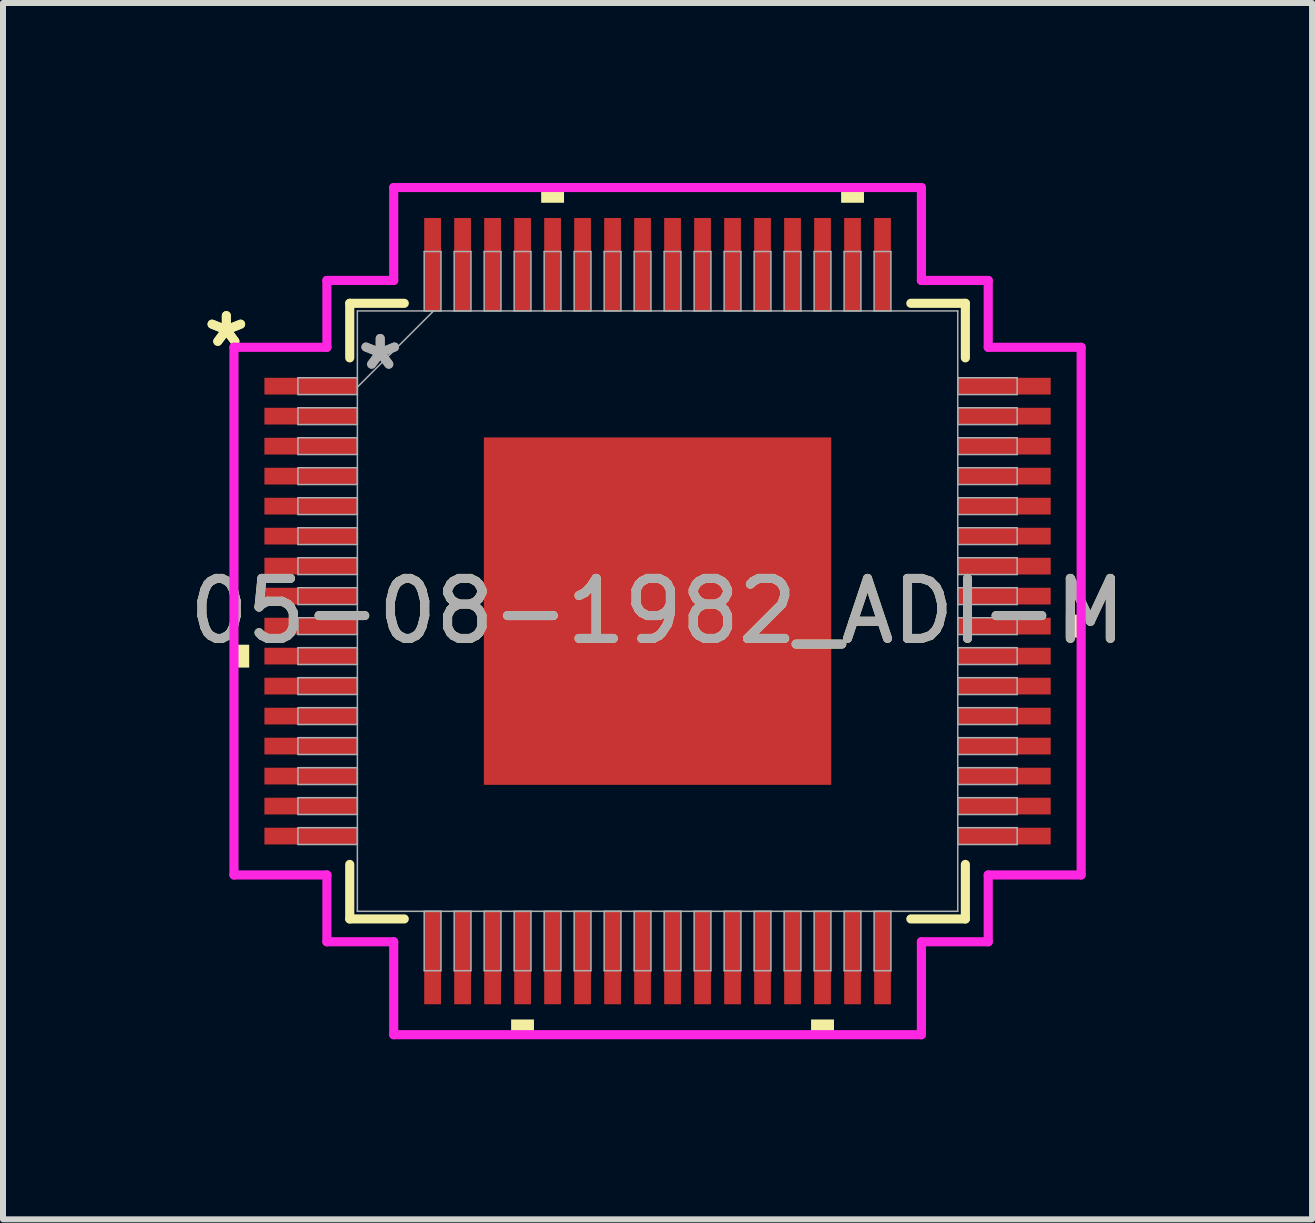
<source format=kicad_pcb>
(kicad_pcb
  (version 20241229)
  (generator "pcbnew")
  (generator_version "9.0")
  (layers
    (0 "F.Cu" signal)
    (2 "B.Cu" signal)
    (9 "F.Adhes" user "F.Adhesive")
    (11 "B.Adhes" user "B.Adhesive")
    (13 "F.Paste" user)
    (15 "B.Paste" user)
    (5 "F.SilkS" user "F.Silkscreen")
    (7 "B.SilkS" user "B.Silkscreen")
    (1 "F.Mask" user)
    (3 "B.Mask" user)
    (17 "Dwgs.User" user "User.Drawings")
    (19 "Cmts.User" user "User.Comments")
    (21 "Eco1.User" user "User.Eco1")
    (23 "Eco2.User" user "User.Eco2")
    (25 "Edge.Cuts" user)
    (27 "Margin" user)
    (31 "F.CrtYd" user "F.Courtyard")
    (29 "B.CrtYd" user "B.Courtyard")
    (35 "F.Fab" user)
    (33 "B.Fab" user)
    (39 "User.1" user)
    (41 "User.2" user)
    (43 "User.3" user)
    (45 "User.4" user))
  (footprint "05-08-1982_ADI-M"
    (layer "F.Cu")
    (at 7.911 7.137)
    (property "Reference" "05-08-1982_ADI-M" (at 0 0 0) (unlocked yes) (layer "F.SilkS") (effects (font (size 1 1) (thickness 0.15))))
    (attr smd)
    (fp_line (start -5.131 -5.131) (end -5.131 -4.222) (stroke (width 0.152) (type solid)) (layer "F.SilkS"))
    (fp_line (start -5.131 4.222) (end -5.131 5.131) (stroke (width 0.152) (type solid)) (layer "F.SilkS"))
    (fp_line (start -5.131 5.131) (end -4.222 5.131) (stroke (width 0.152) (type solid)) (layer "F.SilkS"))
    (fp_line (start -4.222 -5.131) (end -5.131 -5.131) (stroke (width 0.152) (type solid)) (layer "F.SilkS"))
    (fp_line (start 4.222 5.131) (end 5.131 5.131) (stroke (width 0.152) (type solid)) (layer "F.SilkS"))
    (fp_line (start 5.131 -5.131) (end 4.222 -5.131) (stroke (width 0.152) (type solid)) (layer "F.SilkS"))
    (fp_line (start 5.131 -4.222) (end 5.131 -5.131) (stroke (width 0.152) (type solid)) (layer "F.SilkS"))
    (fp_line (start 5.131 5.131) (end 5.131 4.222) (stroke (width 0.152) (type solid)) (layer "F.SilkS"))
    (fp_poly (pts (xy -7.061 0.56) (xy -7.061 0.941) (xy -6.807 0.941) (xy -6.807 0.56)) (stroke (width 0) (type solid)) (fill yes) (layer "F.SilkS"))
    (fp_poly (pts (xy -2.441 6.807) (xy -2.441 7.061) (xy -2.06 7.061) (xy -2.06 6.807)) (stroke (width 0) (type solid)) (fill yes) (layer "F.SilkS"))
    (fp_poly (pts (xy -1.94 -6.807) (xy -1.94 -7.061) (xy -1.559 -7.061) (xy -1.559 -6.807)) (stroke (width 0) (type solid)) (fill yes) (layer "F.SilkS"))
    (fp_poly (pts (xy 2.559 6.807) (xy 2.559 7.061) (xy 2.941 7.061) (xy 2.941 6.807)) (stroke (width 0) (type solid)) (fill yes) (layer "F.SilkS"))
    (fp_poly (pts (xy 3.06 -6.807) (xy 3.06 -7.061) (xy 3.441 -7.061) (xy 3.441 -6.807)) (stroke (width 0) (type solid)) (fill yes) (layer "F.SilkS"))
    (fp_poly (pts (xy 7.061 0.059) (xy 7.061 0.441) (xy 6.807 0.441) (xy 6.807 0.059)) (stroke (width 0) (type solid)) (fill yes) (layer "F.SilkS"))
    (fp_poly (pts (xy -2.796 -2.796) (xy -2.796 -1.548) (xy -1.548 -1.548) (xy -1.548 -2.796)) (stroke (width 0) (type solid)) (fill yes) (layer "F.Paste"))
    (fp_poly (pts (xy -2.796 -1.348) (xy -2.796 -0.1) (xy -1.548 -0.1) (xy -1.548 -1.348)) (stroke (width 0) (type solid)) (fill yes) (layer "F.Paste"))
    (fp_poly (pts (xy -2.796 0.1) (xy -2.796 1.348) (xy -1.548 1.348) (xy -1.548 0.1)) (stroke (width 0) (type solid)) (fill yes) (layer "F.Paste"))
    (fp_poly (pts (xy -2.796 1.548) (xy -2.796 2.796) (xy -1.548 2.796) (xy -1.548 1.548)) (stroke (width 0) (type solid)) (fill yes) (layer "F.Paste"))
    (fp_poly (pts (xy -1.348 -2.796) (xy -1.348 -1.548) (xy -0.1 -1.548) (xy -0.1 -2.796)) (stroke (width 0) (type solid)) (fill yes) (layer "F.Paste"))
    (fp_poly (pts (xy -1.348 -1.348) (xy -1.348 -0.1) (xy -0.1 -0.1) (xy -0.1 -1.348)) (stroke (width 0) (type solid)) (fill yes) (layer "F.Paste"))
    (fp_poly (pts (xy -1.348 0.1) (xy -1.348 1.348) (xy -0.1 1.348) (xy -0.1 0.1)) (stroke (width 0) (type solid)) (fill yes) (layer "F.Paste"))
    (fp_poly (pts (xy -1.348 1.548) (xy -1.348 2.796) (xy -0.1 2.796) (xy -0.1 1.548)) (stroke (width 0) (type solid)) (fill yes) (layer "F.Paste"))
    (fp_poly (pts (xy 0.1 -2.796) (xy 0.1 -1.548) (xy 1.348 -1.548) (xy 1.348 -2.796)) (stroke (width 0) (type solid)) (fill yes) (layer "F.Paste"))
    (fp_poly (pts (xy 0.1 -1.348) (xy 0.1 -0.1) (xy 1.348 -0.1) (xy 1.348 -1.348)) (stroke (width 0) (type solid)) (fill yes) (layer "F.Paste"))
    (fp_poly (pts (xy 0.1 0.1) (xy 0.1 1.348) (xy 1.348 1.348) (xy 1.348 0.1)) (stroke (width 0) (type solid)) (fill yes) (layer "F.Paste"))
    (fp_poly (pts (xy 0.1 1.548) (xy 0.1 2.796) (xy 1.348 2.796) (xy 1.348 1.548)) (stroke (width 0) (type solid)) (fill yes) (layer "F.Paste"))
    (fp_poly (pts (xy 1.548 -2.796) (xy 1.548 -1.548) (xy 2.796 -1.548) (xy 2.796 -2.796)) (stroke (width 0) (type solid)) (fill yes) (layer "F.Paste"))
    (fp_poly (pts (xy 1.548 -1.348) (xy 1.548 -0.1) (xy 2.796 -0.1) (xy 2.796 -1.348)) (stroke (width 0) (type solid)) (fill yes) (layer "F.Paste"))
    (fp_poly (pts (xy 1.548 0.1) (xy 1.548 1.348) (xy 2.796 1.348) (xy 2.796 0.1)) (stroke (width 0) (type solid)) (fill yes) (layer "F.Paste"))
    (fp_poly (pts (xy 1.548 1.548) (xy 1.548 2.796) (xy 2.796 2.796) (xy 2.796 1.548)) (stroke (width 0) (type solid)) (fill yes) (layer "F.Paste"))
    (fp_line (start -7.061 -4.398) (end -5.512 -4.398) (stroke (width 0.152) (type solid)) (layer "F.CrtYd"))
    (fp_line (start -7.061 4.398) (end -7.061 -4.398) (stroke (width 0.152) (type solid)) (layer "F.CrtYd"))
    (fp_line (start -5.512 -5.512) (end -4.398 -5.512) (stroke (width 0.152) (type solid)) (layer "F.CrtYd"))
    (fp_line (start -5.512 -4.398) (end -5.512 -5.512) (stroke (width 0.152) (type solid)) (layer "F.CrtYd"))
    (fp_line (start -5.512 4.398) (end -7.061 4.398) (stroke (width 0.152) (type solid)) (layer "F.CrtYd"))
    (fp_line (start -5.512 5.512) (end -5.512 4.398) (stroke (width 0.152) (type solid)) (layer "F.CrtYd"))
    (fp_line (start -5.512 5.512) (end -4.398 5.512) (stroke (width 0.152) (type solid)) (layer "F.CrtYd"))
    (fp_line (start -4.398 -7.061) (end 4.398 -7.061) (stroke (width 0.152) (type solid)) (layer "F.CrtYd"))
    (fp_line (start -4.398 -5.512) (end -4.398 -7.061) (stroke (width 0.152) (type solid)) (layer "F.CrtYd"))
    (fp_line (start -4.398 5.512) (end -4.398 7.061) (stroke (width 0.152) (type solid)) (layer "F.CrtYd"))
    (fp_line (start -4.398 7.061) (end 4.398 7.061) (stroke (width 0.152) (type solid)) (layer "F.CrtYd"))
    (fp_line (start 4.398 -7.061) (end 4.398 -5.512) (stroke (width 0.152) (type solid)) (layer "F.CrtYd"))
    (fp_line (start 4.398 -5.512) (end 5.512 -5.512) (stroke (width 0.152) (type solid)) (layer "F.CrtYd"))
    (fp_line (start 4.398 5.512) (end 5.512 5.512) (stroke (width 0.152) (type solid)) (layer "F.CrtYd"))
    (fp_line (start 4.398 7.061) (end 4.398 5.512) (stroke (width 0.152) (type solid)) (layer "F.CrtYd"))
    (fp_line (start 5.512 -4.398) (end 5.512 -5.512) (stroke (width 0.152) (type solid)) (layer "F.CrtYd"))
    (fp_line (start 5.512 4.398) (end 7.061 4.398) (stroke (width 0.152) (type solid)) (layer "F.CrtYd"))
    (fp_line (start 5.512 5.512) (end 5.512 4.398) (stroke (width 0.152) (type solid)) (layer "F.CrtYd"))
    (fp_line (start 7.061 -4.398) (end 5.512 -4.398) (stroke (width 0.152) (type solid)) (layer "F.CrtYd"))
    (fp_line (start 7.061 4.398) (end 7.061 -4.398) (stroke (width 0.152) (type solid)) (layer "F.CrtYd"))
    (fp_line (start -5.994 -3.89) (end -5.994 -3.61) (stroke (width 0.025) (type solid)) (layer "F.Fab"))
    (fp_line (start -5.994 -3.61) (end -5.004 -3.61) (stroke (width 0.025) (type solid)) (layer "F.Fab"))
    (fp_line (start -5.994 -3.39) (end -5.994 -3.11) (stroke (width 0.025) (type solid)) (layer "F.Fab"))
    (fp_line (start -5.994 -3.11) (end -5.004 -3.11) (stroke (width 0.025) (type solid)) (layer "F.Fab"))
    (fp_line (start -5.994 -2.89) (end -5.994 -2.61) (stroke (width 0.025) (type solid)) (layer "F.Fab"))
    (fp_line (start -5.994 -2.61) (end -5.004 -2.61) (stroke (width 0.025) (type solid)) (layer "F.Fab"))
    (fp_line (start -5.994 -2.39) (end -5.994 -2.11) (stroke (width 0.025) (type solid)) (layer "F.Fab"))
    (fp_line (start -5.994 -2.11) (end -5.004 -2.11) (stroke (width 0.025) (type solid)) (layer "F.Fab"))
    (fp_line (start -5.994 -1.89) (end -5.994 -1.61) (stroke (width 0.025) (type solid)) (layer "F.Fab"))
    (fp_line (start -5.994 -1.61) (end -5.004 -1.61) (stroke (width 0.025) (type solid)) (layer "F.Fab"))
    (fp_line (start -5.994 -1.39) (end -5.994 -1.11) (stroke (width 0.025) (type solid)) (layer "F.Fab"))
    (fp_line (start -5.994 -1.11) (end -5.004 -1.11) (stroke (width 0.025) (type solid)) (layer "F.Fab"))
    (fp_line (start -5.994 -0.89) (end -5.994 -0.61) (stroke (width 0.025) (type solid)) (layer "F.Fab"))
    (fp_line (start -5.994 -0.61) (end -5.004 -0.61) (stroke (width 0.025) (type solid)) (layer "F.Fab"))
    (fp_line (start -5.994 -0.39) (end -5.994 -0.11) (stroke (width 0.025) (type solid)) (layer "F.Fab"))
    (fp_line (start -5.994 -0.11) (end -5.004 -0.11) (stroke (width 0.025) (type solid)) (layer "F.Fab"))
    (fp_line (start -5.994 0.11) (end -5.994 0.39) (stroke (width 0.025) (type solid)) (layer "F.Fab"))
    (fp_line (start -5.994 0.39) (end -5.004 0.39) (stroke (width 0.025) (type solid)) (layer "F.Fab"))
    (fp_line (start -5.994 0.61) (end -5.994 0.89) (stroke (width 0.025) (type solid)) (layer "F.Fab"))
    (fp_line (start -5.994 0.89) (end -5.004 0.89) (stroke (width 0.025) (type solid)) (layer "F.Fab"))
    (fp_line (start -5.994 1.11) (end -5.994 1.39) (stroke (width 0.025) (type solid)) (layer "F.Fab"))
    (fp_line (start -5.994 1.39) (end -5.004 1.39) (stroke (width 0.025) (type solid)) (layer "F.Fab"))
    (fp_line (start -5.994 1.61) (end -5.994 1.89) (stroke (width 0.025) (type solid)) (layer "F.Fab"))
    (fp_line (start -5.994 1.89) (end -5.004 1.89) (stroke (width 0.025) (type solid)) (layer "F.Fab"))
    (fp_line (start -5.994 2.11) (end -5.994 2.39) (stroke (width 0.025) (type solid)) (layer "F.Fab"))
    (fp_line (start -5.994 2.39) (end -5.004 2.39) (stroke (width 0.025) (type solid)) (layer "F.Fab"))
    (fp_line (start -5.994 2.61) (end -5.994 2.89) (stroke (width 0.025) (type solid)) (layer "F.Fab"))
    (fp_line (start -5.994 2.89) (end -5.004 2.89) (stroke (width 0.025) (type solid)) (layer "F.Fab"))
    (fp_line (start -5.994 3.11) (end -5.994 3.39) (stroke (width 0.025) (type solid)) (layer "F.Fab"))
    (fp_line (start -5.994 3.39) (end -5.004 3.39) (stroke (width 0.025) (type solid)) (layer "F.Fab"))
    (fp_line (start -5.994 3.61) (end -5.994 3.89) (stroke (width 0.025) (type solid)) (layer "F.Fab"))
    (fp_line (start -5.994 3.89) (end -5.004 3.89) (stroke (width 0.025) (type solid)) (layer "F.Fab"))
    (fp_line (start -5.004 -5.004) (end -5.004 5.004) (stroke (width 0.025) (type solid)) (layer "F.Fab"))
    (fp_line (start -5.004 -3.89) (end -5.994 -3.89) (stroke (width 0.025) (type solid)) (layer "F.Fab"))
    (fp_line (start -5.004 -3.734) (end -3.734 -5.004) (stroke (width 0.025) (type solid)) (layer "F.Fab"))
    (fp_line (start -5.004 -3.61) (end -5.004 -3.89) (stroke (width 0.025) (type solid)) (layer "F.Fab"))
    (fp_line (start -5.004 -3.39) (end -5.994 -3.39) (stroke (width 0.025) (type solid)) (layer "F.Fab"))
    (fp_line (start -5.004 -3.11) (end -5.004 -3.39) (stroke (width 0.025) (type solid)) (layer "F.Fab"))
    (fp_line (start -5.004 -2.89) (end -5.994 -2.89) (stroke (width 0.025) (type solid)) (layer "F.Fab"))
    (fp_line (start -5.004 -2.61) (end -5.004 -2.89) (stroke (width 0.025) (type solid)) (layer "F.Fab"))
    (fp_line (start -5.004 -2.39) (end -5.994 -2.39) (stroke (width 0.025) (type solid)) (layer "F.Fab"))
    (fp_line (start -5.004 -2.11) (end -5.004 -2.39) (stroke (width 0.025) (type solid)) (layer "F.Fab"))
    (fp_line (start -5.004 -1.89) (end -5.994 -1.89) (stroke (width 0.025) (type solid)) (layer "F.Fab"))
    (fp_line (start -5.004 -1.61) (end -5.004 -1.89) (stroke (width 0.025) (type solid)) (layer "F.Fab"))
    (fp_line (start -5.004 -1.39) (end -5.994 -1.39) (stroke (width 0.025) (type solid)) (layer "F.Fab"))
    (fp_line (start -5.004 -1.11) (end -5.004 -1.39) (stroke (width 0.025) (type solid)) (layer "F.Fab"))
    (fp_line (start -5.004 -0.89) (end -5.994 -0.89) (stroke (width 0.025) (type solid)) (layer "F.Fab"))
    (fp_line (start -5.004 -0.61) (end -5.004 -0.89) (stroke (width 0.025) (type solid)) (layer "F.Fab"))
    (fp_line (start -5.004 -0.39) (end -5.994 -0.39) (stroke (width 0.025) (type solid)) (layer "F.Fab"))
    (fp_line (start -5.004 -0.11) (end -5.004 -0.39) (stroke (width 0.025) (type solid)) (layer "F.Fab"))
    (fp_line (start -5.004 0.11) (end -5.994 0.11) (stroke (width 0.025) (type solid)) (layer "F.Fab"))
    (fp_line (start -5.004 0.39) (end -5.004 0.11) (stroke (width 0.025) (type solid)) (layer "F.Fab"))
    (fp_line (start -5.004 0.61) (end -5.994 0.61) (stroke (width 0.025) (type solid)) (layer "F.Fab"))
    (fp_line (start -5.004 0.89) (end -5.004 0.61) (stroke (width 0.025) (type solid)) (layer "F.Fab"))
    (fp_line (start -5.004 1.11) (end -5.994 1.11) (stroke (width 0.025) (type solid)) (layer "F.Fab"))
    (fp_line (start -5.004 1.39) (end -5.004 1.11) (stroke (width 0.025) (type solid)) (layer "F.Fab"))
    (fp_line (start -5.004 1.61) (end -5.994 1.61) (stroke (width 0.025) (type solid)) (layer "F.Fab"))
    (fp_line (start -5.004 1.89) (end -5.004 1.61) (stroke (width 0.025) (type solid)) (layer "F.Fab"))
    (fp_line (start -5.004 2.11) (end -5.994 2.11) (stroke (width 0.025) (type solid)) (layer "F.Fab"))
    (fp_line (start -5.004 2.39) (end -5.004 2.11) (stroke (width 0.025) (type solid)) (layer "F.Fab"))
    (fp_line (start -5.004 2.61) (end -5.994 2.61) (stroke (width 0.025) (type solid)) (layer "F.Fab"))
    (fp_line (start -5.004 2.89) (end -5.004 2.61) (stroke (width 0.025) (type solid)) (layer "F.Fab"))
    (fp_line (start -5.004 3.11) (end -5.994 3.11) (stroke (width 0.025) (type solid)) (layer "F.Fab"))
    (fp_line (start -5.004 3.39) (end -5.004 3.11) (stroke (width 0.025) (type solid)) (layer "F.Fab"))
    (fp_line (start -5.004 3.61) (end -5.994 3.61) (stroke (width 0.025) (type solid)) (layer "F.Fab"))
    (fp_line (start -5.004 3.89) (end -5.004 3.61) (stroke (width 0.025) (type solid)) (layer "F.Fab"))
    (fp_line (start -5.004 5.004) (end 5.004 5.004) (stroke (width 0.025) (type solid)) (layer "F.Fab"))
    (fp_line (start -3.89 -5.994) (end -3.89 -5.004) (stroke (width 0.025) (type solid)) (layer "F.Fab"))
    (fp_line (start -3.89 -5.004) (end -3.61 -5.004) (stroke (width 0.025) (type solid)) (layer "F.Fab"))
    (fp_line (start -3.89 5.004) (end -3.89 5.994) (stroke (width 0.025) (type solid)) (layer "F.Fab"))
    (fp_line (start -3.89 5.994) (end -3.61 5.994) (stroke (width 0.025) (type solid)) (layer "F.Fab"))
    (fp_line (start -3.61 -5.994) (end -3.89 -5.994) (stroke (width 0.025) (type solid)) (layer "F.Fab"))
    (fp_line (start -3.61 -5.004) (end -3.61 -5.994) (stroke (width 0.025) (type solid)) (layer "F.Fab"))
    (fp_line (start -3.61 5.004) (end -3.89 5.004) (stroke (width 0.025) (type solid)) (layer "F.Fab"))
    (fp_line (start -3.61 5.994) (end -3.61 5.004) (stroke (width 0.025) (type solid)) (layer "F.Fab"))
    (fp_line (start -3.39 -5.994) (end -3.39 -5.004) (stroke (width 0.025) (type solid)) (layer "F.Fab"))
    (fp_line (start -3.39 -5.004) (end -3.11 -5.004) (stroke (width 0.025) (type solid)) (layer "F.Fab"))
    (fp_line (start -3.39 5.004) (end -3.39 5.994) (stroke (width 0.025) (type solid)) (layer "F.Fab"))
    (fp_line (start -3.39 5.994) (end -3.11 5.994) (stroke (width 0.025) (type solid)) (layer "F.Fab"))
    (fp_line (start -3.11 -5.994) (end -3.39 -5.994) (stroke (width 0.025) (type solid)) (layer "F.Fab"))
    (fp_line (start -3.11 -5.004) (end -3.11 -5.994) (stroke (width 0.025) (type solid)) (layer "F.Fab"))
    (fp_line (start -3.11 5.004) (end -3.39 5.004) (stroke (width 0.025) (type solid)) (layer "F.Fab"))
    (fp_line (start -3.11 5.994) (end -3.11 5.004) (stroke (width 0.025) (type solid)) (layer "F.Fab"))
    (fp_line (start -2.89 -5.994) (end -2.89 -5.004) (stroke (width 0.025) (type solid)) (layer "F.Fab"))
    (fp_line (start -2.89 -5.004) (end -2.61 -5.004) (stroke (width 0.025) (type solid)) (layer "F.Fab"))
    (fp_line (start -2.89 5.004) (end -2.89 5.994) (stroke (width 0.025) (type solid)) (layer "F.Fab"))
    (fp_line (start -2.89 5.994) (end -2.61 5.994) (stroke (width 0.025) (type solid)) (layer "F.Fab"))
    (fp_line (start -2.61 -5.994) (end -2.89 -5.994) (stroke (width 0.025) (type solid)) (layer "F.Fab"))
    (fp_line (start -2.61 -5.004) (end -2.61 -5.994) (stroke (width 0.025) (type solid)) (layer "F.Fab"))
    (fp_line (start -2.61 5.004) (end -2.89 5.004) (stroke (width 0.025) (type solid)) (layer "F.Fab"))
    (fp_line (start -2.61 5.994) (end -2.61 5.004) (stroke (width 0.025) (type solid)) (layer "F.Fab"))
    (fp_line (start -2.39 -5.994) (end -2.39 -5.004) (stroke (width 0.025) (type solid)) (layer "F.Fab"))
    (fp_line (start -2.39 -5.004) (end -2.11 -5.004) (stroke (width 0.025) (type solid)) (layer "F.Fab"))
    (fp_line (start -2.39 5.004) (end -2.39 5.994) (stroke (width 0.025) (type solid)) (layer "F.Fab"))
    (fp_line (start -2.39 5.994) (end -2.11 5.994) (stroke (width 0.025) (type solid)) (layer "F.Fab"))
    (fp_line (start -2.11 -5.994) (end -2.39 -5.994) (stroke (width 0.025) (type solid)) (layer "F.Fab"))
    (fp_line (start -2.11 -5.004) (end -2.11 -5.994) (stroke (width 0.025) (type solid)) (layer "F.Fab"))
    (fp_line (start -2.11 5.004) (end -2.39 5.004) (stroke (width 0.025) (type solid)) (layer "F.Fab"))
    (fp_line (start -2.11 5.994) (end -2.11 5.004) (stroke (width 0.025) (type solid)) (layer "F.Fab"))
    (fp_line (start -1.89 -5.994) (end -1.89 -5.004) (stroke (width 0.025) (type solid)) (layer "F.Fab"))
    (fp_line (start -1.89 -5.004) (end -1.61 -5.004) (stroke (width 0.025) (type solid)) (layer "F.Fab"))
    (fp_line (start -1.89 5.004) (end -1.89 5.994) (stroke (width 0.025) (type solid)) (layer "F.Fab"))
    (fp_line (start -1.89 5.994) (end -1.61 5.994) (stroke (width 0.025) (type solid)) (layer "F.Fab"))
    (fp_line (start -1.61 -5.994) (end -1.89 -5.994) (stroke (width 0.025) (type solid)) (layer "F.Fab"))
    (fp_line (start -1.61 -5.004) (end -1.61 -5.994) (stroke (width 0.025) (type solid)) (layer "F.Fab"))
    (fp_line (start -1.61 5.004) (end -1.89 5.004) (stroke (width 0.025) (type solid)) (layer "F.Fab"))
    (fp_line (start -1.61 5.994) (end -1.61 5.004) (stroke (width 0.025) (type solid)) (layer "F.Fab"))
    (fp_line (start -1.39 -5.994) (end -1.39 -5.004) (stroke (width 0.025) (type solid)) (layer "F.Fab"))
    (fp_line (start -1.39 -5.004) (end -1.11 -5.004) (stroke (width 0.025) (type solid)) (layer "F.Fab"))
    (fp_line (start -1.39 5.004) (end -1.39 5.994) (stroke (width 0.025) (type solid)) (layer "F.Fab"))
    (fp_line (start -1.39 5.994) (end -1.11 5.994) (stroke (width 0.025) (type solid)) (layer "F.Fab"))
    (fp_line (start -1.11 -5.994) (end -1.39 -5.994) (stroke (width 0.025) (type solid)) (layer "F.Fab"))
    (fp_line (start -1.11 -5.004) (end -1.11 -5.994) (stroke (width 0.025) (type solid)) (layer "F.Fab"))
    (fp_line (start -1.11 5.004) (end -1.39 5.004) (stroke (width 0.025) (type solid)) (layer "F.Fab"))
    (fp_line (start -1.11 5.994) (end -1.11 5.004) (stroke (width 0.025) (type solid)) (layer "F.Fab"))
    (fp_line (start -0.89 -5.994) (end -0.89 -5.004) (stroke (width 0.025) (type solid)) (layer "F.Fab"))
    (fp_line (start -0.89 -5.004) (end -0.61 -5.004) (stroke (width 0.025) (type solid)) (layer "F.Fab"))
    (fp_line (start -0.89 5.004) (end -0.89 5.994) (stroke (width 0.025) (type solid)) (layer "F.Fab"))
    (fp_line (start -0.89 5.994) (end -0.61 5.994) (stroke (width 0.025) (type solid)) (layer "F.Fab"))
    (fp_line (start -0.61 -5.994) (end -0.89 -5.994) (stroke (width 0.025) (type solid)) (layer "F.Fab"))
    (fp_line (start -0.61 -5.004) (end -0.61 -5.994) (stroke (width 0.025) (type solid)) (layer "F.Fab"))
    (fp_line (start -0.61 5.004) (end -0.89 5.004) (stroke (width 0.025) (type solid)) (layer "F.Fab"))
    (fp_line (start -0.61 5.994) (end -0.61 5.004) (stroke (width 0.025) (type solid)) (layer "F.Fab"))
    (fp_line (start -0.39 -5.994) (end -0.39 -5.004) (stroke (width 0.025) (type solid)) (layer "F.Fab"))
    (fp_line (start -0.39 -5.004) (end -0.11 -5.004) (stroke (width 0.025) (type solid)) (layer "F.Fab"))
    (fp_line (start -0.39 5.004) (end -0.39 5.994) (stroke (width 0.025) (type solid)) (layer "F.Fab"))
    (fp_line (start -0.39 5.994) (end -0.11 5.994) (stroke (width 0.025) (type solid)) (layer "F.Fab"))
    (fp_line (start -0.11 -5.994) (end -0.39 -5.994) (stroke (width 0.025) (type solid)) (layer "F.Fab"))
    (fp_line (start -0.11 -5.004) (end -0.11 -5.994) (stroke (width 0.025) (type solid)) (layer "F.Fab"))
    (fp_line (start -0.11 5.004) (end -0.39 5.004) (stroke (width 0.025) (type solid)) (layer "F.Fab"))
    (fp_line (start -0.11 5.994) (end -0.11 5.004) (stroke (width 0.025) (type solid)) (layer "F.Fab"))
    (fp_line (start 0.11 -5.994) (end 0.11 -5.004) (stroke (width 0.025) (type solid)) (layer "F.Fab"))
    (fp_line (start 0.11 -5.004) (end 0.39 -5.004) (stroke (width 0.025) (type solid)) (layer "F.Fab"))
    (fp_line (start 0.11 5.004) (end 0.11 5.994) (stroke (width 0.025) (type solid)) (layer "F.Fab"))
    (fp_line (start 0.11 5.994) (end 0.39 5.994) (stroke (width 0.025) (type solid)) (layer "F.Fab"))
    (fp_line (start 0.39 -5.994) (end 0.11 -5.994) (stroke (width 0.025) (type solid)) (layer "F.Fab"))
    (fp_line (start 0.39 -5.004) (end 0.39 -5.994) (stroke (width 0.025) (type solid)) (layer "F.Fab"))
    (fp_line (start 0.39 5.004) (end 0.11 5.004) (stroke (width 0.025) (type solid)) (layer "F.Fab"))
    (fp_line (start 0.39 5.994) (end 0.39 5.004) (stroke (width 0.025) (type solid)) (layer "F.Fab"))
    (fp_line (start 0.61 -5.994) (end 0.61 -5.004) (stroke (width 0.025) (type solid)) (layer "F.Fab"))
    (fp_line (start 0.61 -5.004) (end 0.89 -5.004) (stroke (width 0.025) (type solid)) (layer "F.Fab"))
    (fp_line (start 0.61 5.004) (end 0.61 5.994) (stroke (width 0.025) (type solid)) (layer "F.Fab"))
    (fp_line (start 0.61 5.994) (end 0.89 5.994) (stroke (width 0.025) (type solid)) (layer "F.Fab"))
    (fp_line (start 0.89 -5.994) (end 0.61 -5.994) (stroke (width 0.025) (type solid)) (layer "F.Fab"))
    (fp_line (start 0.89 -5.004) (end 0.89 -5.994) (stroke (width 0.025) (type solid)) (layer "F.Fab"))
    (fp_line (start 0.89 5.004) (end 0.61 5.004) (stroke (width 0.025) (type solid)) (layer "F.Fab"))
    (fp_line (start 0.89 5.994) (end 0.89 5.004) (stroke (width 0.025) (type solid)) (layer "F.Fab"))
    (fp_line (start 1.11 -5.994) (end 1.11 -5.004) (stroke (width 0.025) (type solid)) (layer "F.Fab"))
    (fp_line (start 1.11 -5.004) (end 1.39 -5.004) (stroke (width 0.025) (type solid)) (layer "F.Fab"))
    (fp_line (start 1.11 5.004) (end 1.11 5.994) (stroke (width 0.025) (type solid)) (layer "F.Fab"))
    (fp_line (start 1.11 5.994) (end 1.39 5.994) (stroke (width 0.025) (type solid)) (layer "F.Fab"))
    (fp_line (start 1.39 -5.994) (end 1.11 -5.994) (stroke (width 0.025) (type solid)) (layer "F.Fab"))
    (fp_line (start 1.39 -5.004) (end 1.39 -5.994) (stroke (width 0.025) (type solid)) (layer "F.Fab"))
    (fp_line (start 1.39 5.004) (end 1.11 5.004) (stroke (width 0.025) (type solid)) (layer "F.Fab"))
    (fp_line (start 1.39 5.994) (end 1.39 5.004) (stroke (width 0.025) (type solid)) (layer "F.Fab"))
    (fp_line (start 1.61 -5.994) (end 1.61 -5.004) (stroke (width 0.025) (type solid)) (layer "F.Fab"))
    (fp_line (start 1.61 -5.004) (end 1.89 -5.004) (stroke (width 0.025) (type solid)) (layer "F.Fab"))
    (fp_line (start 1.61 5.004) (end 1.61 5.994) (stroke (width 0.025) (type solid)) (layer "F.Fab"))
    (fp_line (start 1.61 5.994) (end 1.89 5.994) (stroke (width 0.025) (type solid)) (layer "F.Fab"))
    (fp_line (start 1.89 -5.994) (end 1.61 -5.994) (stroke (width 0.025) (type solid)) (layer "F.Fab"))
    (fp_line (start 1.89 -5.004) (end 1.89 -5.994) (stroke (width 0.025) (type solid)) (layer "F.Fab"))
    (fp_line (start 1.89 5.004) (end 1.61 5.004) (stroke (width 0.025) (type solid)) (layer "F.Fab"))
    (fp_line (start 1.89 5.994) (end 1.89 5.004) (stroke (width 0.025) (type solid)) (layer "F.Fab"))
    (fp_line (start 2.11 -5.994) (end 2.11 -5.004) (stroke (width 0.025) (type solid)) (layer "F.Fab"))
    (fp_line (start 2.11 -5.004) (end 2.39 -5.004) (stroke (width 0.025) (type solid)) (layer "F.Fab"))
    (fp_line (start 2.11 5.004) (end 2.11 5.994) (stroke (width 0.025) (type solid)) (layer "F.Fab"))
    (fp_line (start 2.11 5.994) (end 2.39 5.994) (stroke (width 0.025) (type solid)) (layer "F.Fab"))
    (fp_line (start 2.39 -5.994) (end 2.11 -5.994) (stroke (width 0.025) (type solid)) (layer "F.Fab"))
    (fp_line (start 2.39 -5.004) (end 2.39 -5.994) (stroke (width 0.025) (type solid)) (layer "F.Fab"))
    (fp_line (start 2.39 5.004) (end 2.11 5.004) (stroke (width 0.025) (type solid)) (layer "F.Fab"))
    (fp_line (start 2.39 5.994) (end 2.39 5.004) (stroke (width 0.025) (type solid)) (layer "F.Fab"))
    (fp_line (start 2.61 -5.994) (end 2.61 -5.004) (stroke (width 0.025) (type solid)) (layer "F.Fab"))
    (fp_line (start 2.61 -5.004) (end 2.89 -5.004) (stroke (width 0.025) (type solid)) (layer "F.Fab"))
    (fp_line (start 2.61 5.004) (end 2.61 5.994) (stroke (width 0.025) (type solid)) (layer "F.Fab"))
    (fp_line (start 2.61 5.994) (end 2.89 5.994) (stroke (width 0.025) (type solid)) (layer "F.Fab"))
    (fp_line (start 2.89 -5.994) (end 2.61 -5.994) (stroke (width 0.025) (type solid)) (layer "F.Fab"))
    (fp_line (start 2.89 -5.004) (end 2.89 -5.994) (stroke (width 0.025) (type solid)) (layer "F.Fab"))
    (fp_line (start 2.89 5.004) (end 2.61 5.004) (stroke (width 0.025) (type solid)) (layer "F.Fab"))
    (fp_line (start 2.89 5.994) (end 2.89 5.004) (stroke (width 0.025) (type solid)) (layer "F.Fab"))
    (fp_line (start 3.11 -5.994) (end 3.11 -5.004) (stroke (width 0.025) (type solid)) (layer "F.Fab"))
    (fp_line (start 3.11 -5.004) (end 3.39 -5.004) (stroke (width 0.025) (type solid)) (layer "F.Fab"))
    (fp_line (start 3.11 5.004) (end 3.11 5.994) (stroke (width 0.025) (type solid)) (layer "F.Fab"))
    (fp_line (start 3.11 5.994) (end 3.39 5.994) (stroke (width 0.025) (type solid)) (layer "F.Fab"))
    (fp_line (start 3.39 -5.994) (end 3.11 -5.994) (stroke (width 0.025) (type solid)) (layer "F.Fab"))
    (fp_line (start 3.39 -5.004) (end 3.39 -5.994) (stroke (width 0.025) (type solid)) (layer "F.Fab"))
    (fp_line (start 3.39 5.004) (end 3.11 5.004) (stroke (width 0.025) (type solid)) (layer "F.Fab"))
    (fp_line (start 3.39 5.994) (end 3.39 5.004) (stroke (width 0.025) (type solid)) (layer "F.Fab"))
    (fp_line (start 3.61 -5.994) (end 3.61 -5.004) (stroke (width 0.025) (type solid)) (layer "F.Fab"))
    (fp_line (start 3.61 -5.004) (end 3.89 -5.004) (stroke (width 0.025) (type solid)) (layer "F.Fab"))
    (fp_line (start 3.61 5.004) (end 3.61 5.994) (stroke (width 0.025) (type solid)) (layer "F.Fab"))
    (fp_line (start 3.61 5.994) (end 3.89 5.994) (stroke (width 0.025) (type solid)) (layer "F.Fab"))
    (fp_line (start 3.89 -5.994) (end 3.61 -5.994) (stroke (width 0.025) (type solid)) (layer "F.Fab"))
    (fp_line (start 3.89 -5.004) (end 3.89 -5.994) (stroke (width 0.025) (type solid)) (layer "F.Fab"))
    (fp_line (start 3.89 5.004) (end 3.61 5.004) (stroke (width 0.025) (type solid)) (layer "F.Fab"))
    (fp_line (start 3.89 5.994) (end 3.89 5.004) (stroke (width 0.025) (type solid)) (layer "F.Fab"))
    (fp_line (start 5.004 -5.004) (end -5.004 -5.004) (stroke (width 0.025) (type solid)) (layer "F.Fab"))
    (fp_line (start 5.004 -3.89) (end 5.004 -3.61) (stroke (width 0.025) (type solid)) (layer "F.Fab"))
    (fp_line (start 5.004 -3.61) (end 5.994 -3.61) (stroke (width 0.025) (type solid)) (layer "F.Fab"))
    (fp_line (start 5.004 -3.39) (end 5.004 -3.11) (stroke (width 0.025) (type solid)) (layer "F.Fab"))
    (fp_line (start 5.004 -3.11) (end 5.994 -3.11) (stroke (width 0.025) (type solid)) (layer "F.Fab"))
    (fp_line (start 5.004 -2.89) (end 5.004 -2.61) (stroke (width 0.025) (type solid)) (layer "F.Fab"))
    (fp_line (start 5.004 -2.61) (end 5.994 -2.61) (stroke (width 0.025) (type solid)) (layer "F.Fab"))
    (fp_line (start 5.004 -2.39) (end 5.004 -2.11) (stroke (width 0.025) (type solid)) (layer "F.Fab"))
    (fp_line (start 5.004 -2.11) (end 5.994 -2.11) (stroke (width 0.025) (type solid)) (layer "F.Fab"))
    (fp_line (start 5.004 -1.89) (end 5.004 -1.61) (stroke (width 0.025) (type solid)) (layer "F.Fab"))
    (fp_line (start 5.004 -1.61) (end 5.994 -1.61) (stroke (width 0.025) (type solid)) (layer "F.Fab"))
    (fp_line (start 5.004 -1.39) (end 5.004 -1.11) (stroke (width 0.025) (type solid)) (layer "F.Fab"))
    (fp_line (start 5.004 -1.11) (end 5.994 -1.11) (stroke (width 0.025) (type solid)) (layer "F.Fab"))
    (fp_line (start 5.004 -0.89) (end 5.004 -0.61) (stroke (width 0.025) (type solid)) (layer "F.Fab"))
    (fp_line (start 5.004 -0.61) (end 5.994 -0.61) (stroke (width 0.025) (type solid)) (layer "F.Fab"))
    (fp_line (start 5.004 -0.39) (end 5.004 -0.11) (stroke (width 0.025) (type solid)) (layer "F.Fab"))
    (fp_line (start 5.004 -0.11) (end 5.994 -0.11) (stroke (width 0.025) (type solid)) (layer "F.Fab"))
    (fp_line (start 5.004 0.11) (end 5.004 0.39) (stroke (width 0.025) (type solid)) (layer "F.Fab"))
    (fp_line (start 5.004 0.39) (end 5.994 0.39) (stroke (width 0.025) (type solid)) (layer "F.Fab"))
    (fp_line (start 5.004 0.61) (end 5.004 0.89) (stroke (width 0.025) (type solid)) (layer "F.Fab"))
    (fp_line (start 5.004 0.89) (end 5.994 0.89) (stroke (width 0.025) (type solid)) (layer "F.Fab"))
    (fp_line (start 5.004 1.11) (end 5.004 1.39) (stroke (width 0.025) (type solid)) (layer "F.Fab"))
    (fp_line (start 5.004 1.39) (end 5.994 1.39) (stroke (width 0.025) (type solid)) (layer "F.Fab"))
    (fp_line (start 5.004 1.61) (end 5.004 1.89) (stroke (width 0.025) (type solid)) (layer "F.Fab"))
    (fp_line (start 5.004 1.89) (end 5.994 1.89) (stroke (width 0.025) (type solid)) (layer "F.Fab"))
    (fp_line (start 5.004 2.11) (end 5.004 2.39) (stroke (width 0.025) (type solid)) (layer "F.Fab"))
    (fp_line (start 5.004 2.39) (end 5.994 2.39) (stroke (width 0.025) (type solid)) (layer "F.Fab"))
    (fp_line (start 5.004 2.61) (end 5.004 2.89) (stroke (width 0.025) (type solid)) (layer "F.Fab"))
    (fp_line (start 5.004 2.89) (end 5.994 2.89) (stroke (width 0.025) (type solid)) (layer "F.Fab"))
    (fp_line (start 5.004 3.11) (end 5.004 3.39) (stroke (width 0.025) (type solid)) (layer "F.Fab"))
    (fp_line (start 5.004 3.39) (end 5.994 3.39) (stroke (width 0.025) (type solid)) (layer "F.Fab"))
    (fp_line (start 5.004 3.61) (end 5.004 3.89) (stroke (width 0.025) (type solid)) (layer "F.Fab"))
    (fp_line (start 5.004 3.89) (end 5.994 3.89) (stroke (width 0.025) (type solid)) (layer "F.Fab"))
    (fp_line (start 5.004 5.004) (end 5.004 -5.004) (stroke (width 0.025) (type solid)) (layer "F.Fab"))
    (fp_line (start 5.994 -3.89) (end 5.004 -3.89) (stroke (width 0.025) (type solid)) (layer "F.Fab"))
    (fp_line (start 5.994 -3.61) (end 5.994 -3.89) (stroke (width 0.025) (type solid)) (layer "F.Fab"))
    (fp_line (start 5.994 -3.39) (end 5.004 -3.39) (stroke (width 0.025) (type solid)) (layer "F.Fab"))
    (fp_line (start 5.994 -3.11) (end 5.994 -3.39) (stroke (width 0.025) (type solid)) (layer "F.Fab"))
    (fp_line (start 5.994 -2.89) (end 5.004 -2.89) (stroke (width 0.025) (type solid)) (layer "F.Fab"))
    (fp_line (start 5.994 -2.61) (end 5.994 -2.89) (stroke (width 0.025) (type solid)) (layer "F.Fab"))
    (fp_line (start 5.994 -2.39) (end 5.004 -2.39) (stroke (width 0.025) (type solid)) (layer "F.Fab"))
    (fp_line (start 5.994 -2.11) (end 5.994 -2.39) (stroke (width 0.025) (type solid)) (layer "F.Fab"))
    (fp_line (start 5.994 -1.89) (end 5.004 -1.89) (stroke (width 0.025) (type solid)) (layer "F.Fab"))
    (fp_line (start 5.994 -1.61) (end 5.994 -1.89) (stroke (width 0.025) (type solid)) (layer "F.Fab"))
    (fp_line (start 5.994 -1.39) (end 5.004 -1.39) (stroke (width 0.025) (type solid)) (layer "F.Fab"))
    (fp_line (start 5.994 -1.11) (end 5.994 -1.39) (stroke (width 0.025) (type solid)) (layer "F.Fab"))
    (fp_line (start 5.994 -0.89) (end 5.004 -0.89) (stroke (width 0.025) (type solid)) (layer "F.Fab"))
    (fp_line (start 5.994 -0.61) (end 5.994 -0.89) (stroke (width 0.025) (type solid)) (layer "F.Fab"))
    (fp_line (start 5.994 -0.39) (end 5.004 -0.39) (stroke (width 0.025) (type solid)) (layer "F.Fab"))
    (fp_line (start 5.994 -0.11) (end 5.994 -0.39) (stroke (width 0.025) (type solid)) (layer "F.Fab"))
    (fp_line (start 5.994 0.11) (end 5.004 0.11) (stroke (width 0.025) (type solid)) (layer "F.Fab"))
    (fp_line (start 5.994 0.39) (end 5.994 0.11) (stroke (width 0.025) (type solid)) (layer "F.Fab"))
    (fp_line (start 5.994 0.61) (end 5.004 0.61) (stroke (width 0.025) (type solid)) (layer "F.Fab"))
    (fp_line (start 5.994 0.89) (end 5.994 0.61) (stroke (width 0.025) (type solid)) (layer "F.Fab"))
    (fp_line (start 5.994 1.11) (end 5.004 1.11) (stroke (width 0.025) (type solid)) (layer "F.Fab"))
    (fp_line (start 5.994 1.39) (end 5.994 1.11) (stroke (width 0.025) (type solid)) (layer "F.Fab"))
    (fp_line (start 5.994 1.61) (end 5.004 1.61) (stroke (width 0.025) (type solid)) (layer "F.Fab"))
    (fp_line (start 5.994 1.89) (end 5.994 1.61) (stroke (width 0.025) (type solid)) (layer "F.Fab"))
    (fp_line (start 5.994 2.11) (end 5.004 2.11) (stroke (width 0.025) (type solid)) (layer "F.Fab"))
    (fp_line (start 5.994 2.39) (end 5.994 2.11) (stroke (width 0.025) (type solid)) (layer "F.Fab"))
    (fp_line (start 5.994 2.61) (end 5.004 2.61) (stroke (width 0.025) (type solid)) (layer "F.Fab"))
    (fp_line (start 5.994 2.89) (end 5.994 2.61) (stroke (width 0.025) (type solid)) (layer "F.Fab"))
    (fp_line (start 5.994 3.11) (end 5.004 3.11) (stroke (width 0.025) (type solid)) (layer "F.Fab"))
    (fp_line (start 5.994 3.39) (end 5.994 3.11) (stroke (width 0.025) (type solid)) (layer "F.Fab"))
    (fp_line (start 5.994 3.61) (end 5.004 3.61) (stroke (width 0.025) (type solid)) (layer "F.Fab"))
    (fp_line (start 5.994 3.89) (end 5.994 3.61) (stroke (width 0.025) (type solid)) (layer "F.Fab"))
    (fp_text user "*" (at -7.188 -4.381 0) (unlocked yes) (layer "F.SilkS") (effects (font (size 1 1) (thickness 0.15))))
    (fp_text user "*" (at -7.188 -4.381 0) (layer "F.SilkS") (effects (font (size 1 1) (thickness 0.15))))
    (fp_text user "*" (at -4.623 -4 0) (layer "F.Fab") (effects (font (size 1 1) (thickness 0.15))))
    (fp_text user "${REFERENCE}" (at 0 0 0) (unlocked yes) (layer "F.Fab") (effects (font (size 1 1) (thickness 0.15))))
    (fp_text user "*" (at -4.623 -4 0) (unlocked yes) (layer "F.Fab") (effects (font (size 1 1) (thickness 0.15))))
    (pad "1" smd rect (at -5.779 -3.75 90) (size 0.279 1.549) (layers "F.Cu" "F.Mask" "F.Paste"))
    (pad "2" smd rect (at -5.779 -3.25 90) (size 0.279 1.549) (layers "F.Cu" "F.Mask" "F.Paste"))
    (pad "3" smd rect (at -5.779 -2.75 90) (size 0.279 1.549) (layers "F.Cu" "F.Mask" "F.Paste"))
    (pad "4" smd rect (at -5.779 -2.25 90) (size 0.279 1.549) (layers "F.Cu" "F.Mask" "F.Paste"))
    (pad "5" smd rect (at -5.779 -1.75 90) (size 0.279 1.549) (layers "F.Cu" "F.Mask" "F.Paste"))
    (pad "6" smd rect (at -5.779 -1.25 90) (size 0.279 1.549) (layers "F.Cu" "F.Mask" "F.Paste"))
    (pad "7" smd rect (at -5.779 -0.75 90) (size 0.279 1.549) (layers "F.Cu" "F.Mask" "F.Paste"))
    (pad "8" smd rect (at -5.779 -0.25 90) (size 0.279 1.549) (layers "F.Cu" "F.Mask" "F.Paste"))
    (pad "9" smd rect (at -5.779 0.25 90) (size 0.279 1.549) (layers "F.Cu" "F.Mask" "F.Paste"))
    (pad "10" smd rect (at -5.779 0.75 90) (size 0.279 1.549) (layers "F.Cu" "F.Mask" "F.Paste"))
    (pad "11" smd rect (at -5.779 1.25 90) (size 0.279 1.549) (layers "F.Cu" "F.Mask" "F.Paste"))
    (pad "12" smd rect (at -5.779 1.75 90) (size 0.279 1.549) (layers "F.Cu" "F.Mask" "F.Paste"))
    (pad "13" smd rect (at -5.779 2.25 90) (size 0.279 1.549) (layers "F.Cu" "F.Mask" "F.Paste"))
    (pad "14" smd rect (at -5.779 2.75 90) (size 0.279 1.549) (layers "F.Cu" "F.Mask" "F.Paste"))
    (pad "15" smd rect (at -5.779 3.25 90) (size 0.279 1.549) (layers "F.Cu" "F.Mask" "F.Paste"))
    (pad "16" smd rect (at -5.779 3.75 90) (size 0.279 1.549) (layers "F.Cu" "F.Mask" "F.Paste"))
    (pad "17" smd rect (at -3.75 5.779) (size 0.279 1.549) (layers "F.Cu" "F.Mask" "F.Paste"))
    (pad "18" smd rect (at -3.25 5.779) (size 0.279 1.549) (layers "F.Cu" "F.Mask" "F.Paste"))
    (pad "19" smd rect (at -2.75 5.779) (size 0.279 1.549) (layers "F.Cu" "F.Mask" "F.Paste"))
    (pad "20" smd rect (at -2.25 5.779) (size 0.279 1.549) (layers "F.Cu" "F.Mask" "F.Paste"))
    (pad "21" smd rect (at -1.75 5.779) (size 0.279 1.549) (layers "F.Cu" "F.Mask" "F.Paste"))
    (pad "22" smd rect (at -1.25 5.779) (size 0.279 1.549) (layers "F.Cu" "F.Mask" "F.Paste"))
    (pad "23" smd rect (at -0.75 5.779) (size 0.279 1.549) (layers "F.Cu" "F.Mask" "F.Paste"))
    (pad "24" smd rect (at -0.25 5.779) (size 0.279 1.549) (layers "F.Cu" "F.Mask" "F.Paste"))
    (pad "25" smd rect (at 0.25 5.779) (size 0.279 1.549) (layers "F.Cu" "F.Mask" "F.Paste"))
    (pad "26" smd rect (at 0.75 5.779) (size 0.279 1.549) (layers "F.Cu" "F.Mask" "F.Paste"))
    (pad "27" smd rect (at 1.25 5.779) (size 0.279 1.549) (layers "F.Cu" "F.Mask" "F.Paste"))
    (pad "28" smd rect (at 1.75 5.779) (size 0.279 1.549) (layers "F.Cu" "F.Mask" "F.Paste"))
    (pad "29" smd rect (at 2.25 5.779) (size 0.279 1.549) (layers "F.Cu" "F.Mask" "F.Paste"))
    (pad "30" smd rect (at 2.75 5.779) (size 0.279 1.549) (layers "F.Cu" "F.Mask" "F.Paste"))
    (pad "31" smd rect (at 3.25 5.779) (size 0.279 1.549) (layers "F.Cu" "F.Mask" "F.Paste"))
    (pad "32" smd rect (at 3.75 5.779) (size 0.279 1.549) (layers "F.Cu" "F.Mask" "F.Paste"))
    (pad "33" smd rect (at 5.779 3.75 90) (size 0.279 1.549) (layers "F.Cu" "F.Mask" "F.Paste"))
    (pad "34" smd rect (at 5.779 3.25 90) (size 0.279 1.549) (layers "F.Cu" "F.Mask" "F.Paste"))
    (pad "35" smd rect (at 5.779 2.75 90) (size 0.279 1.549) (layers "F.Cu" "F.Mask" "F.Paste"))
    (pad "36" smd rect (at 5.779 2.25 90) (size 0.279 1.549) (layers "F.Cu" "F.Mask" "F.Paste"))
    (pad "37" smd rect (at 5.779 1.75 90) (size 0.279 1.549) (layers "F.Cu" "F.Mask" "F.Paste"))
    (pad "38" smd rect (at 5.779 1.25 90) (size 0.279 1.549) (layers "F.Cu" "F.Mask" "F.Paste"))
    (pad "39" smd rect (at 5.779 0.75 90) (size 0.279 1.549) (layers "F.Cu" "F.Mask" "F.Paste"))
    (pad "40" smd rect (at 5.779 0.25 90) (size 0.279 1.549) (layers "F.Cu" "F.Mask" "F.Paste"))
    (pad "41" smd rect (at 5.779 -0.25 90) (size 0.279 1.549) (layers "F.Cu" "F.Mask" "F.Paste"))
    (pad "42" smd rect (at 5.779 -0.75 90) (size 0.279 1.549) (layers "F.Cu" "F.Mask" "F.Paste"))
    (pad "43" smd rect (at 5.779 -1.25 90) (size 0.279 1.549) (layers "F.Cu" "F.Mask" "F.Paste"))
    (pad "44" smd rect (at 5.779 -1.75 90) (size 0.279 1.549) (layers "F.Cu" "F.Mask" "F.Paste"))
    (pad "45" smd rect (at 5.779 -2.25 90) (size 0.279 1.549) (layers "F.Cu" "F.Mask" "F.Paste"))
    (pad "46" smd rect (at 5.779 -2.75 90) (size 0.279 1.549) (layers "F.Cu" "F.Mask" "F.Paste"))
    (pad "47" smd rect (at 5.779 -3.25 90) (size 0.279 1.549) (layers "F.Cu" "F.Mask" "F.Paste"))
    (pad "48" smd rect (at 5.779 -3.75 90) (size 0.279 1.549) (layers "F.Cu" "F.Mask" "F.Paste"))
    (pad "49" smd rect (at 3.75 -5.779) (size 0.279 1.549) (layers "F.Cu" "F.Mask" "F.Paste"))
    (pad "50" smd rect (at 3.25 -5.779) (size 0.279 1.549) (layers "F.Cu" "F.Mask" "F.Paste"))
    (pad "51" smd rect (at 2.75 -5.779) (size 0.279 1.549) (layers "F.Cu" "F.Mask" "F.Paste"))
    (pad "52" smd rect (at 2.25 -5.779) (size 0.279 1.549) (layers "F.Cu" "F.Mask" "F.Paste"))
    (pad "53" smd rect (at 1.75 -5.779) (size 0.279 1.549) (layers "F.Cu" "F.Mask" "F.Paste"))
    (pad "54" smd rect (at 1.25 -5.779) (size 0.279 1.549) (layers "F.Cu" "F.Mask" "F.Paste"))
    (pad "55" smd rect (at 0.75 -5.779) (size 0.279 1.549) (layers "F.Cu" "F.Mask" "F.Paste"))
    (pad "56" smd rect (at 0.25 -5.779) (size 0.279 1.549) (layers "F.Cu" "F.Mask" "F.Paste"))
    (pad "57" smd rect (at -0.25 -5.779) (size 0.279 1.549) (layers "F.Cu" "F.Mask" "F.Paste"))
    (pad "58" smd rect (at -0.75 -5.779) (size 0.279 1.549) (layers "F.Cu" "F.Mask" "F.Paste"))
    (pad "59" smd rect (at -1.25 -5.779) (size 0.279 1.549) (layers "F.Cu" "F.Mask" "F.Paste"))
    (pad "60" smd rect (at -1.75 -5.779) (size 0.279 1.549) (layers "F.Cu" "F.Mask" "F.Paste"))
    (pad "61" smd rect (at -2.25 -5.779) (size 0.279 1.549) (layers "F.Cu" "F.Mask" "F.Paste"))
    (pad "62" smd rect (at -2.75 -5.779) (size 0.279 1.549) (layers "F.Cu" "F.Mask" "F.Paste"))
    (pad "63" smd rect (at -3.25 -5.779) (size 0.279 1.549) (layers "F.Cu" "F.Mask" "F.Paste"))
    (pad "64" smd rect (at -3.75 -5.779) (size 0.279 1.549) (layers "F.Cu" "F.Mask" "F.Paste"))
    (pad "65" smd rect (at 0 0) (size 5.791 5.791) (layers "F.Cu" "F.Mask")))
  (gr_rect
    (start -3 -3)
    (end 18.821 17.275)
    (stroke (width 0.1) (type default))
    (fill no)
    (layer "Edge.Cuts")))
</source>
